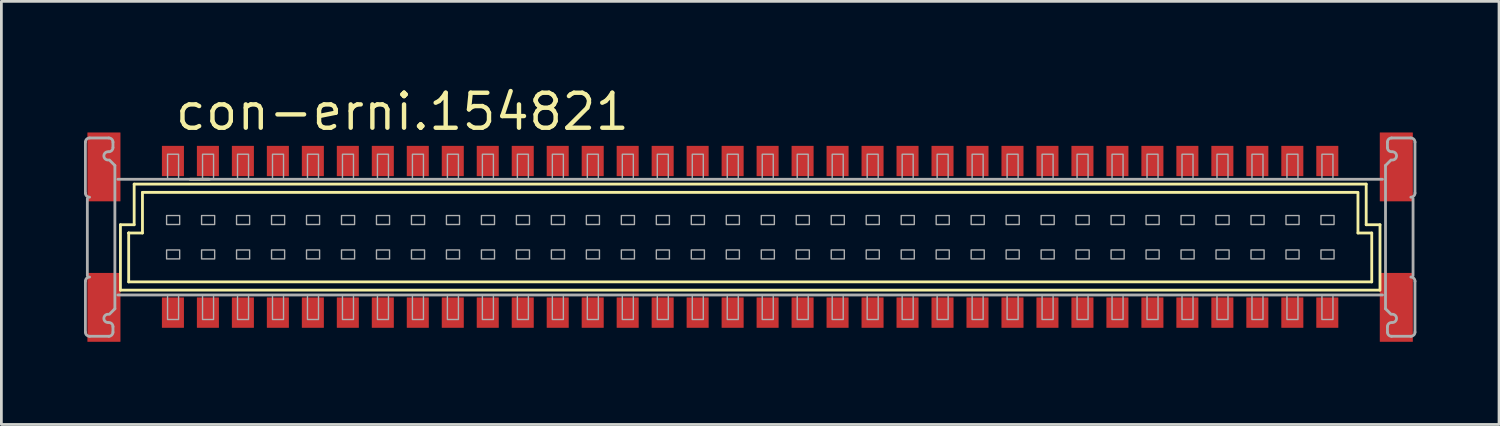
<source format=kicad_pcb>
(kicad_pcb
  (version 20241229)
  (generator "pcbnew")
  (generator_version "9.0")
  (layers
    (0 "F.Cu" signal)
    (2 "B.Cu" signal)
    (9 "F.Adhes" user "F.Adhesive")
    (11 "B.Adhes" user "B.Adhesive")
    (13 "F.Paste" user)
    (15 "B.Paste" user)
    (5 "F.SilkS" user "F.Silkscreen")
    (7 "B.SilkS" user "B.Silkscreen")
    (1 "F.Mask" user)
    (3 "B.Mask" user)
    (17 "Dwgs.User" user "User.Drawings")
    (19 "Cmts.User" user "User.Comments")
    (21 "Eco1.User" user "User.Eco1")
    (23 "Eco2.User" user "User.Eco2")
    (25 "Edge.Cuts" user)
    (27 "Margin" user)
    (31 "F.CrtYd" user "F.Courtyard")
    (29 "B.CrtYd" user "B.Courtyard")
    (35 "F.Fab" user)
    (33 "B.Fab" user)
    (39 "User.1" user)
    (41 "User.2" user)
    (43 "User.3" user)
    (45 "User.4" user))
  (footprint "con-erni.154821"
    (layer "F.Cu")
    (at 24.183 5.56)
    (property "Reference" "con-erni.154821" (at -20.955 -3.81 0) (layer "F.SilkS") (effects (font (size 1.27 1.27) (thickness 0.16)) (justify left bottom)))
    (attr smd)
    (fp_line (start -22.861 1.924) (end -22.861 -0.451) (stroke (width 0.102) (type default)) (layer "F.SilkS"))
    (fp_line (start -22.561 -0.151) (end -22.562 -0.151) (stroke (width 0.102) (type default)) (layer "F.SilkS"))
    (fp_line (start -22.561 1.624) (end -22.561 -0.151) (stroke (width 0.102) (type default)) (layer "F.SilkS"))
    (fp_line (start -22.561 1.624) (end 22.567 1.624) (stroke (width 0.102) (type default)) (layer "F.SilkS"))
    (fp_line (start -22.362 -1.926) (end -22.362 -0.451) (stroke (width 0.102) (type default)) (layer "F.SilkS"))
    (fp_line (start -22.362 -0.451) (end -22.861 -0.451) (stroke (width 0.102) (type default)) (layer "F.SilkS"))
    (fp_line (start -22.062 -0.151) (end -22.561 -0.151) (stroke (width 0.102) (type default)) (layer "F.SilkS"))
    (fp_line (start -22.061 -0.151) (end -22.061 -1.626) (stroke (width 0.102) (type default)) (layer "F.SilkS"))
    (fp_line (start -20.332 -2.101) (end -19.632 -2.101) (stroke (width 0.102) (type default)) (layer "F.SilkS"))
    (fp_line (start 22.058 -1.626) (end -22.061 -1.626) (stroke (width 0.102) (type default)) (layer "F.SilkS"))
    (fp_line (start 22.068 -0.151) (end 22.068 -1.626) (stroke (width 0.102) (type default)) (layer "F.SilkS"))
    (fp_line (start 22.367 -0.451) (end 22.367 -1.926) (stroke (width 0.102) (type default)) (layer "F.SilkS"))
    (fp_line (start 22.367 -0.451) (end 22.867 -0.451) (stroke (width 0.102) (type default)) (layer "F.SilkS"))
    (fp_line (start 22.368 -1.926) (end -22.362 -1.926) (stroke (width 0.102) (type default)) (layer "F.SilkS"))
    (fp_line (start 22.568 -0.151) (end 22.068 -0.151) (stroke (width 0.102) (type default)) (layer "F.SilkS"))
    (fp_line (start 22.568 1.624) (end 22.568 -0.151) (stroke (width 0.102) (type default)) (layer "F.SilkS"))
    (fp_line (start 22.848 1.924) (end -22.861 1.924) (stroke (width 0.102) (type default)) (layer "F.SilkS"))
    (fp_line (start 22.868 1.924) (end 22.868 -0.451) (stroke (width 0.102) (type default)) (layer "F.SilkS"))
    (fp_circle (center -23.162 -0.008) (end -22.361 -0.008) (stroke (width 0.001) (type default)) (fill no) (layer "F.SilkS"))
    (fp_circle (center 23.168 -0.008) (end 23.968 -0.008) (stroke (width 0.001) (type default)) (fill no) (layer "F.SilkS"))
    (fp_line (start -24.132 -1.601) (end -24.132 -3.451) (stroke (width 0.102) (type default)) (layer "F.Fab"))
    (fp_line (start -24.132 3.449) (end -24.132 1.599) (stroke (width 0.102) (type default)) (layer "F.Fab"))
    (fp_line (start -24.062 -1.401) (end -24.062 1.399) (stroke (width 0.102) (type default)) (layer "F.Fab"))
    (fp_line (start -23.982 -3.601) (end -23.282 -3.601) (stroke (width 0.102) (type default)) (layer "F.Fab"))
    (fp_line (start -23.282 3.599) (end -23.982 3.599) (stroke (width 0.102) (type default)) (layer "F.Fab"))
    (fp_line (start -23.262 -2.801) (end -23.062 -2.601) (stroke (width 0.102) (type default)) (layer "F.Fab"))
    (fp_line (start -23.132 -3.451) (end -23.132 -3.251) (stroke (width 0.102) (type default)) (layer "F.Fab"))
    (fp_line (start -23.132 3.249) (end -23.132 3.449) (stroke (width 0.102) (type default)) (layer "F.Fab"))
    (fp_line (start -23.062 -2.601) (end -23.062 2.599) (stroke (width 0.102) (type default)) (layer "F.Fab"))
    (fp_line (start -23.062 2.599) (end -23.262 2.799) (stroke (width 0.102) (type default)) (layer "F.Fab"))
    (fp_line (start 22.958 -2.101) (end -22.952 -2.101) (stroke (width 0.102) (type default)) (layer "F.Fab"))
    (fp_line (start 22.958 2.099) (end -22.952 2.099) (stroke (width 0.102) (type default)) (layer "F.Fab"))
    (fp_line (start 23.068 -2.601) (end 23.068 2.599) (stroke (width 0.102) (type default)) (layer "F.Fab"))
    (fp_line (start 23.068 2.599) (end 23.268 2.799) (stroke (width 0.102) (type default)) (layer "F.Fab"))
    (fp_line (start 23.138 -3.451) (end 23.138 -3.251) (stroke (width 0.102) (type default)) (layer "F.Fab"))
    (fp_line (start 23.138 3.249) (end 23.138 3.449) (stroke (width 0.102) (type default)) (layer "F.Fab"))
    (fp_line (start 23.268 -2.801) (end 23.068 -2.601) (stroke (width 0.102) (type default)) (layer "F.Fab"))
    (fp_line (start 23.288 3.599) (end 23.988 3.599) (stroke (width 0.102) (type default)) (layer "F.Fab"))
    (fp_line (start 23.988 -3.601) (end 23.288 -3.601) (stroke (width 0.102) (type default)) (layer "F.Fab"))
    (fp_line (start 24.068 -1.401) (end 24.068 1.399) (stroke (width 0.102) (type default)) (layer "F.Fab"))
    (fp_line (start 24.138 -1.601) (end 24.138 -3.451) (stroke (width 0.102) (type default)) (layer "F.Fab"))
    (fp_line (start 24.138 3.449) (end 24.138 1.599) (stroke (width 0.102) (type default)) (layer "F.Fab"))
    (fp_rect (start -21.185 -0.46) (end -20.71 -0.785) (stroke (width 0.05) (type default)) (fill no) (layer "F.Fab"))
    (fp_rect (start -21.185 0.79) (end -20.71 0.465) (stroke (width 0.05) (type default)) (fill no) (layer "F.Fab"))
    (fp_rect (start -21.15 -2.125) (end -20.75 -3.01) (stroke (width 0.05) (type default)) (fill no) (layer "F.Fab"))
    (fp_rect (start -21.15 2.99) (end -20.75 2.1) (stroke (width 0.05) (type default)) (fill no) (layer "F.Fab"))
    (fp_rect (start -19.915 -0.46) (end -19.44 -0.785) (stroke (width 0.05) (type default)) (fill no) (layer "F.Fab"))
    (fp_rect (start -19.915 0.79) (end -19.44 0.465) (stroke (width 0.05) (type default)) (fill no) (layer "F.Fab"))
    (fp_rect (start -19.88 -2.125) (end -19.48 -3.01) (stroke (width 0.05) (type default)) (fill no) (layer "F.Fab"))
    (fp_rect (start -19.88 2.99) (end -19.48 2.1) (stroke (width 0.05) (type default)) (fill no) (layer "F.Fab"))
    (fp_rect (start -18.645 -0.46) (end -18.17 -0.785) (stroke (width 0.05) (type default)) (fill no) (layer "F.Fab"))
    (fp_rect (start -18.645 0.79) (end -18.17 0.465) (stroke (width 0.05) (type default)) (fill no) (layer "F.Fab"))
    (fp_rect (start -18.61 -2.125) (end -18.21 -3.01) (stroke (width 0.05) (type default)) (fill no) (layer "F.Fab"))
    (fp_rect (start -18.61 2.99) (end -18.21 2.1) (stroke (width 0.05) (type default)) (fill no) (layer "F.Fab"))
    (fp_rect (start -17.375 -0.46) (end -16.9 -0.785) (stroke (width 0.05) (type default)) (fill no) (layer "F.Fab"))
    (fp_rect (start -17.375 0.79) (end -16.9 0.465) (stroke (width 0.05) (type default)) (fill no) (layer "F.Fab"))
    (fp_rect (start -17.34 -2.125) (end -16.94 -3.01) (stroke (width 0.05) (type default)) (fill no) (layer "F.Fab"))
    (fp_rect (start -17.34 2.99) (end -16.94 2.1) (stroke (width 0.05) (type default)) (fill no) (layer "F.Fab"))
    (fp_rect (start -16.105 -0.46) (end -15.63 -0.785) (stroke (width 0.05) (type default)) (fill no) (layer "F.Fab"))
    (fp_rect (start -16.105 0.79) (end -15.63 0.465) (stroke (width 0.05) (type default)) (fill no) (layer "F.Fab"))
    (fp_rect (start -16.07 -2.125) (end -15.67 -3.01) (stroke (width 0.05) (type default)) (fill no) (layer "F.Fab"))
    (fp_rect (start -16.07 2.99) (end -15.67 2.1) (stroke (width 0.05) (type default)) (fill no) (layer "F.Fab"))
    (fp_rect (start -14.835 -0.46) (end -14.36 -0.785) (stroke (width 0.05) (type default)) (fill no) (layer "F.Fab"))
    (fp_rect (start -14.835 0.79) (end -14.36 0.465) (stroke (width 0.05) (type default)) (fill no) (layer "F.Fab"))
    (fp_rect (start -14.8 -2.125) (end -14.4 -3.01) (stroke (width 0.05) (type default)) (fill no) (layer "F.Fab"))
    (fp_rect (start -14.8 2.99) (end -14.4 2.1) (stroke (width 0.05) (type default)) (fill no) (layer "F.Fab"))
    (fp_rect (start -13.565 -0.46) (end -13.09 -0.785) (stroke (width 0.05) (type default)) (fill no) (layer "F.Fab"))
    (fp_rect (start -13.565 0.79) (end -13.09 0.465) (stroke (width 0.05) (type default)) (fill no) (layer "F.Fab"))
    (fp_rect (start -13.53 -2.125) (end -13.13 -3.01) (stroke (width 0.05) (type default)) (fill no) (layer "F.Fab"))
    (fp_rect (start -13.53 2.99) (end -13.13 2.1) (stroke (width 0.05) (type default)) (fill no) (layer "F.Fab"))
    (fp_rect (start -12.295 -0.46) (end -11.82 -0.785) (stroke (width 0.05) (type default)) (fill no) (layer "F.Fab"))
    (fp_rect (start -12.295 0.79) (end -11.82 0.465) (stroke (width 0.05) (type default)) (fill no) (layer "F.Fab"))
    (fp_rect (start -12.26 -2.125) (end -11.86 -3.01) (stroke (width 0.05) (type default)) (fill no) (layer "F.Fab"))
    (fp_rect (start -12.26 2.99) (end -11.86 2.1) (stroke (width 0.05) (type default)) (fill no) (layer "F.Fab"))
    (fp_rect (start -11.025 -0.46) (end -10.55 -0.785) (stroke (width 0.05) (type default)) (fill no) (layer "F.Fab"))
    (fp_rect (start -11.025 0.79) (end -10.55 0.465) (stroke (width 0.05) (type default)) (fill no) (layer "F.Fab"))
    (fp_rect (start -10.99 -2.125) (end -10.59 -3.01) (stroke (width 0.05) (type default)) (fill no) (layer "F.Fab"))
    (fp_rect (start -10.99 2.99) (end -10.59 2.1) (stroke (width 0.05) (type default)) (fill no) (layer "F.Fab"))
    (fp_rect (start -9.755 -0.46) (end -9.28 -0.785) (stroke (width 0.05) (type default)) (fill no) (layer "F.Fab"))
    (fp_rect (start -9.755 0.79) (end -9.28 0.465) (stroke (width 0.05) (type default)) (fill no) (layer "F.Fab"))
    (fp_rect (start -9.72 -2.125) (end -9.32 -3.01) (stroke (width 0.05) (type default)) (fill no) (layer "F.Fab"))
    (fp_rect (start -9.72 2.99) (end -9.32 2.1) (stroke (width 0.05) (type default)) (fill no) (layer "F.Fab"))
    (fp_rect (start -8.485 -0.46) (end -8.01 -0.785) (stroke (width 0.05) (type default)) (fill no) (layer "F.Fab"))
    (fp_rect (start -8.485 0.79) (end -8.01 0.465) (stroke (width 0.05) (type default)) (fill no) (layer "F.Fab"))
    (fp_rect (start -8.45 -2.125) (end -8.05 -3.01) (stroke (width 0.05) (type default)) (fill no) (layer "F.Fab"))
    (fp_rect (start -8.45 2.99) (end -8.05 2.1) (stroke (width 0.05) (type default)) (fill no) (layer "F.Fab"))
    (fp_rect (start -7.215 -0.46) (end -6.74 -0.785) (stroke (width 0.05) (type default)) (fill no) (layer "F.Fab"))
    (fp_rect (start -7.215 0.79) (end -6.74 0.465) (stroke (width 0.05) (type default)) (fill no) (layer "F.Fab"))
    (fp_rect (start -7.18 -2.125) (end -6.78 -3.01) (stroke (width 0.05) (type default)) (fill no) (layer "F.Fab"))
    (fp_rect (start -7.18 2.99) (end -6.78 2.1) (stroke (width 0.05) (type default)) (fill no) (layer "F.Fab"))
    (fp_rect (start -5.945 -0.46) (end -5.47 -0.785) (stroke (width 0.05) (type default)) (fill no) (layer "F.Fab"))
    (fp_rect (start -5.945 0.79) (end -5.47 0.465) (stroke (width 0.05) (type default)) (fill no) (layer "F.Fab"))
    (fp_rect (start -5.91 -2.125) (end -5.51 -3.01) (stroke (width 0.05) (type default)) (fill no) (layer "F.Fab"))
    (fp_rect (start -5.91 2.99) (end -5.51 2.1) (stroke (width 0.05) (type default)) (fill no) (layer "F.Fab"))
    (fp_rect (start -4.675 -0.46) (end -4.2 -0.785) (stroke (width 0.05) (type default)) (fill no) (layer "F.Fab"))
    (fp_rect (start -4.675 0.79) (end -4.2 0.465) (stroke (width 0.05) (type default)) (fill no) (layer "F.Fab"))
    (fp_rect (start -4.64 -2.125) (end -4.24 -3.01) (stroke (width 0.05) (type default)) (fill no) (layer "F.Fab"))
    (fp_rect (start -4.64 2.99) (end -4.24 2.1) (stroke (width 0.05) (type default)) (fill no) (layer "F.Fab"))
    (fp_rect (start -3.405 -0.46) (end -2.93 -0.785) (stroke (width 0.05) (type default)) (fill no) (layer "F.Fab"))
    (fp_rect (start -3.405 0.79) (end -2.93 0.465) (stroke (width 0.05) (type default)) (fill no) (layer "F.Fab"))
    (fp_rect (start -3.37 -2.125) (end -2.97 -3.01) (stroke (width 0.05) (type default)) (fill no) (layer "F.Fab"))
    (fp_rect (start -3.37 2.99) (end -2.97 2.1) (stroke (width 0.05) (type default)) (fill no) (layer "F.Fab"))
    (fp_rect (start -2.135 -0.46) (end -1.66 -0.785) (stroke (width 0.05) (type default)) (fill no) (layer "F.Fab"))
    (fp_rect (start -2.135 0.79) (end -1.66 0.465) (stroke (width 0.05) (type default)) (fill no) (layer "F.Fab"))
    (fp_rect (start -2.1 -2.125) (end -1.7 -3.01) (stroke (width 0.05) (type default)) (fill no) (layer "F.Fab"))
    (fp_rect (start -2.1 2.99) (end -1.7 2.1) (stroke (width 0.05) (type default)) (fill no) (layer "F.Fab"))
    (fp_rect (start -0.865 -0.46) (end -0.39 -0.785) (stroke (width 0.05) (type default)) (fill no) (layer "F.Fab"))
    (fp_rect (start -0.865 0.79) (end -0.39 0.465) (stroke (width 0.05) (type default)) (fill no) (layer "F.Fab"))
    (fp_rect (start -0.83 -2.125) (end -0.43 -3.01) (stroke (width 0.05) (type default)) (fill no) (layer "F.Fab"))
    (fp_rect (start -0.83 2.99) (end -0.43 2.1) (stroke (width 0.05) (type default)) (fill no) (layer "F.Fab"))
    (fp_rect (start 0.405 -0.46) (end 0.88 -0.785) (stroke (width 0.05) (type default)) (fill no) (layer "F.Fab"))
    (fp_rect (start 0.405 0.79) (end 0.88 0.465) (stroke (width 0.05) (type default)) (fill no) (layer "F.Fab"))
    (fp_rect (start 0.44 -2.125) (end 0.84 -3.01) (stroke (width 0.05) (type default)) (fill no) (layer "F.Fab"))
    (fp_rect (start 0.44 2.99) (end 0.84 2.1) (stroke (width 0.05) (type default)) (fill no) (layer "F.Fab"))
    (fp_rect (start 1.675 -0.46) (end 2.15 -0.785) (stroke (width 0.05) (type default)) (fill no) (layer "F.Fab"))
    (fp_rect (start 1.675 0.79) (end 2.15 0.465) (stroke (width 0.05) (type default)) (fill no) (layer "F.Fab"))
    (fp_rect (start 1.71 -2.125) (end 2.11 -3.01) (stroke (width 0.05) (type default)) (fill no) (layer "F.Fab"))
    (fp_rect (start 1.71 2.99) (end 2.11 2.1) (stroke (width 0.05) (type default)) (fill no) (layer "F.Fab"))
    (fp_rect (start 2.945 -0.46) (end 3.42 -0.785) (stroke (width 0.05) (type default)) (fill no) (layer "F.Fab"))
    (fp_rect (start 2.945 0.79) (end 3.42 0.465) (stroke (width 0.05) (type default)) (fill no) (layer "F.Fab"))
    (fp_rect (start 2.98 -2.125) (end 3.38 -3.01) (stroke (width 0.05) (type default)) (fill no) (layer "F.Fab"))
    (fp_rect (start 2.98 2.99) (end 3.38 2.1) (stroke (width 0.05) (type default)) (fill no) (layer "F.Fab"))
    (fp_rect (start 4.215 -0.46) (end 4.69 -0.785) (stroke (width 0.05) (type default)) (fill no) (layer "F.Fab"))
    (fp_rect (start 4.215 0.79) (end 4.69 0.465) (stroke (width 0.05) (type default)) (fill no) (layer "F.Fab"))
    (fp_rect (start 4.25 -2.125) (end 4.65 -3.01) (stroke (width 0.05) (type default)) (fill no) (layer "F.Fab"))
    (fp_rect (start 4.25 2.99) (end 4.65 2.1) (stroke (width 0.05) (type default)) (fill no) (layer "F.Fab"))
    (fp_rect (start 5.485 -0.46) (end 5.96 -0.785) (stroke (width 0.05) (type default)) (fill no) (layer "F.Fab"))
    (fp_rect (start 5.485 0.79) (end 5.96 0.465) (stroke (width 0.05) (type default)) (fill no) (layer "F.Fab"))
    (fp_rect (start 5.52 -2.125) (end 5.92 -3.01) (stroke (width 0.05) (type default)) (fill no) (layer "F.Fab"))
    (fp_rect (start 5.52 2.99) (end 5.92 2.1) (stroke (width 0.05) (type default)) (fill no) (layer "F.Fab"))
    (fp_rect (start 6.755 -0.46) (end 7.23 -0.785) (stroke (width 0.05) (type default)) (fill no) (layer "F.Fab"))
    (fp_rect (start 6.755 0.79) (end 7.23 0.465) (stroke (width 0.05) (type default)) (fill no) (layer "F.Fab"))
    (fp_rect (start 6.79 -2.125) (end 7.19 -3.01) (stroke (width 0.05) (type default)) (fill no) (layer "F.Fab"))
    (fp_rect (start 6.79 2.99) (end 7.19 2.1) (stroke (width 0.05) (type default)) (fill no) (layer "F.Fab"))
    (fp_rect (start 8.025 -0.46) (end 8.5 -0.785) (stroke (width 0.05) (type default)) (fill no) (layer "F.Fab"))
    (fp_rect (start 8.025 0.79) (end 8.5 0.465) (stroke (width 0.05) (type default)) (fill no) (layer "F.Fab"))
    (fp_rect (start 8.06 -2.125) (end 8.46 -3.01) (stroke (width 0.05) (type default)) (fill no) (layer "F.Fab"))
    (fp_rect (start 8.06 2.99) (end 8.46 2.1) (stroke (width 0.05) (type default)) (fill no) (layer "F.Fab"))
    (fp_rect (start 9.295 -0.46) (end 9.77 -0.785) (stroke (width 0.05) (type default)) (fill no) (layer "F.Fab"))
    (fp_rect (start 9.295 0.79) (end 9.77 0.465) (stroke (width 0.05) (type default)) (fill no) (layer "F.Fab"))
    (fp_rect (start 9.33 -2.125) (end 9.73 -3.01) (stroke (width 0.05) (type default)) (fill no) (layer "F.Fab"))
    (fp_rect (start 9.33 2.99) (end 9.73 2.1) (stroke (width 0.05) (type default)) (fill no) (layer "F.Fab"))
    (fp_rect (start 10.565 -0.46) (end 11.04 -0.785) (stroke (width 0.05) (type default)) (fill no) (layer "F.Fab"))
    (fp_rect (start 10.565 0.79) (end 11.04 0.465) (stroke (width 0.05) (type default)) (fill no) (layer "F.Fab"))
    (fp_rect (start 10.6 -2.125) (end 11 -3.01) (stroke (width 0.05) (type default)) (fill no) (layer "F.Fab"))
    (fp_rect (start 10.6 2.99) (end 11 2.1) (stroke (width 0.05) (type default)) (fill no) (layer "F.Fab"))
    (fp_rect (start 11.835 -0.46) (end 12.31 -0.785) (stroke (width 0.05) (type default)) (fill no) (layer "F.Fab"))
    (fp_rect (start 11.835 0.79) (end 12.31 0.465) (stroke (width 0.05) (type default)) (fill no) (layer "F.Fab"))
    (fp_rect (start 11.87 -2.125) (end 12.27 -3.01) (stroke (width 0.05) (type default)) (fill no) (layer "F.Fab"))
    (fp_rect (start 11.87 2.99) (end 12.27 2.1) (stroke (width 0.05) (type default)) (fill no) (layer "F.Fab"))
    (fp_rect (start 13.105 -0.46) (end 13.58 -0.785) (stroke (width 0.05) (type default)) (fill no) (layer "F.Fab"))
    (fp_rect (start 13.105 0.79) (end 13.58 0.465) (stroke (width 0.05) (type default)) (fill no) (layer "F.Fab"))
    (fp_rect (start 13.14 -2.125) (end 13.54 -3.01) (stroke (width 0.05) (type default)) (fill no) (layer "F.Fab"))
    (fp_rect (start 13.14 2.99) (end 13.54 2.1) (stroke (width 0.05) (type default)) (fill no) (layer "F.Fab"))
    (fp_rect (start 14.375 -0.46) (end 14.85 -0.785) (stroke (width 0.05) (type default)) (fill no) (layer "F.Fab"))
    (fp_rect (start 14.375 0.79) (end 14.85 0.465) (stroke (width 0.05) (type default)) (fill no) (layer "F.Fab"))
    (fp_rect (start 14.41 -2.125) (end 14.81 -3.01) (stroke (width 0.05) (type default)) (fill no) (layer "F.Fab"))
    (fp_rect (start 14.41 2.99) (end 14.81 2.1) (stroke (width 0.05) (type default)) (fill no) (layer "F.Fab"))
    (fp_rect (start 15.645 -0.46) (end 16.12 -0.785) (stroke (width 0.05) (type default)) (fill no) (layer "F.Fab"))
    (fp_rect (start 15.645 0.79) (end 16.12 0.465) (stroke (width 0.05) (type default)) (fill no) (layer "F.Fab"))
    (fp_rect (start 15.68 -2.125) (end 16.08 -3.01) (stroke (width 0.05) (type default)) (fill no) (layer "F.Fab"))
    (fp_rect (start 15.68 2.99) (end 16.08 2.1) (stroke (width 0.05) (type default)) (fill no) (layer "F.Fab"))
    (fp_rect (start 16.915 -0.46) (end 17.39 -0.785) (stroke (width 0.05) (type default)) (fill no) (layer "F.Fab"))
    (fp_rect (start 16.915 0.79) (end 17.39 0.465) (stroke (width 0.05) (type default)) (fill no) (layer "F.Fab"))
    (fp_rect (start 16.95 -2.125) (end 17.35 -3.01) (stroke (width 0.05) (type default)) (fill no) (layer "F.Fab"))
    (fp_rect (start 16.95 2.99) (end 17.35 2.1) (stroke (width 0.05) (type default)) (fill no) (layer "F.Fab"))
    (fp_rect (start 18.185 -0.46) (end 18.66 -0.785) (stroke (width 0.05) (type default)) (fill no) (layer "F.Fab"))
    (fp_rect (start 18.185 0.79) (end 18.66 0.465) (stroke (width 0.05) (type default)) (fill no) (layer "F.Fab"))
    (fp_rect (start 18.22 -2.125) (end 18.62 -3.01) (stroke (width 0.05) (type default)) (fill no) (layer "F.Fab"))
    (fp_rect (start 18.22 2.99) (end 18.62 2.1) (stroke (width 0.05) (type default)) (fill no) (layer "F.Fab"))
    (fp_rect (start 19.455 -0.46) (end 19.93 -0.785) (stroke (width 0.05) (type default)) (fill no) (layer "F.Fab"))
    (fp_rect (start 19.455 0.79) (end 19.93 0.465) (stroke (width 0.05) (type default)) (fill no) (layer "F.Fab"))
    (fp_rect (start 19.49 -2.125) (end 19.89 -3.01) (stroke (width 0.05) (type default)) (fill no) (layer "F.Fab"))
    (fp_rect (start 19.49 2.99) (end 19.89 2.1) (stroke (width 0.05) (type default)) (fill no) (layer "F.Fab"))
    (fp_rect (start 20.725 -0.46) (end 21.2 -0.785) (stroke (width 0.05) (type default)) (fill no) (layer "F.Fab"))
    (fp_rect (start 20.725 0.79) (end 21.2 0.465) (stroke (width 0.05) (type default)) (fill no) (layer "F.Fab"))
    (fp_rect (start 20.76 -2.125) (end 21.16 -3.01) (stroke (width 0.05) (type default)) (fill no) (layer "F.Fab"))
    (fp_rect (start 20.76 2.99) (end 21.16 2.1) (stroke (width 0.05) (type default)) (fill no) (layer "F.Fab"))
    (fp_arc (start -24.1319 -3.4508) (mid -24.087966 -3.556866) (end -23.9819 -3.6008) (stroke (width 0.1016) (type default)) (layer "F.Fab"))
    (fp_arc (start -24.1319 1.5992) (mid -24.087966 1.493134) (end -23.9819 1.4492) (stroke (width 0.1016) (type default)) (layer "F.Fab"))
    (fp_arc (start -23.9819 -1.4508) (mid -24.087966 -1.494734) (end -24.1319 -1.6008) (stroke (width 0.1016) (type default)) (layer "F.Fab"))
    (fp_arc (start -23.9819 3.5992) (mid -24.087966 3.555266) (end -24.1319 3.4492) (stroke (width 0.1016) (type default)) (layer "F.Fab"))
    (fp_arc (start -23.3119 -2.8008) (mid -23.4619 -2.9508) (end -23.3119 -3.1008) (stroke (width 0.1016) (type default)) (layer "F.Fab"))
    (fp_arc (start -23.3119 3.0992) (mid -23.4619 2.9492) (end -23.3119 2.7992) (stroke (width 0.1016) (type default)) (layer "F.Fab"))
    (fp_arc (start -23.2819 -3.6008) (mid -23.175834 -3.556866) (end -23.1319 -3.4508) (stroke (width 0.1016) (type default)) (layer "F.Fab"))
    (fp_arc (start -23.2819 3.0992) (mid -23.175834 3.143134) (end -23.1319 3.2492) (stroke (width 0.1016) (type default)) (layer "F.Fab"))
    (fp_arc (start -23.1319 -3.2508) (mid -23.175834 -3.144734) (end -23.2819 -3.1008) (stroke (width 0.1016) (type default)) (layer "F.Fab"))
    (fp_arc (start -23.1319 3.4492) (mid -23.175834 3.555266) (end -23.2819 3.5992) (stroke (width 0.1016) (type default)) (layer "F.Fab"))
    (fp_arc (start 23.1381 -3.4508) (mid 23.182034 -3.556866) (end 23.2881 -3.6008) (stroke (width 0.1016) (type default)) (layer "F.Fab"))
    (fp_arc (start 23.1381 3.2492) (mid 23.182034 3.143134) (end 23.2881 3.0992) (stroke (width 0.1016) (type default)) (layer "F.Fab"))
    (fp_arc (start 23.2881 -3.1008) (mid 23.182034 -3.144734) (end 23.1381 -3.2508) (stroke (width 0.1016) (type default)) (layer "F.Fab"))
    (fp_arc (start 23.2881 3.5992) (mid 23.182034 3.555266) (end 23.1381 3.4492) (stroke (width 0.1016) (type default)) (layer "F.Fab"))
    (fp_arc (start 23.3181 -3.1008) (mid 23.4681 -2.9508) (end 23.3181 -2.8008) (stroke (width 0.1016) (type default)) (layer "F.Fab"))
    (fp_arc (start 23.3181 2.7992) (mid 23.4681 2.9492) (end 23.3181 3.0992) (stroke (width 0.1016) (type default)) (layer "F.Fab"))
    (fp_arc (start 23.9881 -3.6008) (mid 24.094166 -3.556866) (end 24.1381 -3.4508) (stroke (width 0.1016) (type default)) (layer "F.Fab"))
    (fp_arc (start 23.9881 1.4492) (mid 24.094166 1.493134) (end 24.1381 1.5992) (stroke (width 0.1016) (type default)) (layer "F.Fab"))
    (fp_arc (start 24.1381 -1.6008) (mid 24.094166 -1.494734) (end 23.9881 -1.4508) (stroke (width 0.1016) (type default)) (layer "F.Fab"))
    (fp_arc (start 24.1381 3.4492) (mid 24.094166 3.555266) (end 23.9881 3.5992) (stroke (width 0.1016) (type default)) (layer "F.Fab"))
    (pad "A1" smd roundrect (at -20.955 -2.765 180) (size 0.8 1.1) (layers "F.Cu" "F.Mask" "F.Paste") (roundrect_rratio 0.01))
    (pad "A2" smd roundrect (at -19.685 -2.765 180) (size 0.8 1.1) (layers "F.Cu" "F.Mask" "F.Paste") (roundrect_rratio 0.01))
    (pad "A3" smd roundrect (at -18.415 -2.765 180) (size 0.8 1.1) (layers "F.Cu" "F.Mask" "F.Paste") (roundrect_rratio 0.01))
    (pad "A4" smd roundrect (at -17.145 -2.765 180) (size 0.8 1.1) (layers "F.Cu" "F.Mask" "F.Paste") (roundrect_rratio 0.01))
    (pad "A5" smd roundrect (at -15.875 -2.765 180) (size 0.8 1.1) (layers "F.Cu" "F.Mask" "F.Paste") (roundrect_rratio 0.01))
    (pad "A6" smd roundrect (at -14.605 -2.765 180) (size 0.8 1.1) (layers "F.Cu" "F.Mask" "F.Paste") (roundrect_rratio 0.01))
    (pad "A7" smd roundrect (at -13.335 -2.765 180) (size 0.8 1.1) (layers "F.Cu" "F.Mask" "F.Paste") (roundrect_rratio 0.01))
    (pad "A8" smd roundrect (at -12.065 -2.765 180) (size 0.8 1.1) (layers "F.Cu" "F.Mask" "F.Paste") (roundrect_rratio 0.01))
    (pad "A9" smd roundrect (at -10.795 -2.765 180) (size 0.8 1.1) (layers "F.Cu" "F.Mask" "F.Paste") (roundrect_rratio 0.01))
    (pad "A10" smd roundrect (at -9.525 -2.765 180) (size 0.8 1.1) (layers "F.Cu" "F.Mask" "F.Paste") (roundrect_rratio 0.01))
    (pad "A11" smd roundrect (at -8.255 -2.765 180) (size 0.8 1.1) (layers "F.Cu" "F.Mask" "F.Paste") (roundrect_rratio 0.01))
    (pad "A12" smd roundrect (at -6.985 -2.765 180) (size 0.8 1.1) (layers "F.Cu" "F.Mask" "F.Paste") (roundrect_rratio 0.01))
    (pad "A13" smd roundrect (at -5.715 -2.765 180) (size 0.8 1.1) (layers "F.Cu" "F.Mask" "F.Paste") (roundrect_rratio 0.01))
    (pad "A14" smd roundrect (at -4.445 -2.765 180) (size 0.8 1.1) (layers "F.Cu" "F.Mask" "F.Paste") (roundrect_rratio 0.01))
    (pad "A15" smd roundrect (at -3.175 -2.765 180) (size 0.8 1.1) (layers "F.Cu" "F.Mask" "F.Paste") (roundrect_rratio 0.01))
    (pad "A16" smd roundrect (at -1.905 -2.765 180) (size 0.8 1.1) (layers "F.Cu" "F.Mask" "F.Paste") (roundrect_rratio 0.01))
    (pad "A17" smd roundrect (at -0.635 -2.765 180) (size 0.8 1.1) (layers "F.Cu" "F.Mask" "F.Paste") (roundrect_rratio 0.01))
    (pad "A18" smd roundrect (at 0.635 -2.765 180) (size 0.8 1.1) (layers "F.Cu" "F.Mask" "F.Paste") (roundrect_rratio 0.01))
    (pad "A19" smd roundrect (at 1.905 -2.765 180) (size 0.8 1.1) (layers "F.Cu" "F.Mask" "F.Paste") (roundrect_rratio 0.01))
    (pad "A20" smd roundrect (at 3.175 -2.765 180) (size 0.8 1.1) (layers "F.Cu" "F.Mask" "F.Paste") (roundrect_rratio 0.01))
    (pad "A21" smd roundrect (at 4.445 -2.765 180) (size 0.8 1.1) (layers "F.Cu" "F.Mask" "F.Paste") (roundrect_rratio 0.01))
    (pad "A22" smd roundrect (at 5.715 -2.765 180) (size 0.8 1.1) (layers "F.Cu" "F.Mask" "F.Paste") (roundrect_rratio 0.01))
    (pad "A23" smd roundrect (at 6.985 -2.765 180) (size 0.8 1.1) (layers "F.Cu" "F.Mask" "F.Paste") (roundrect_rratio 0.01))
    (pad "A24" smd roundrect (at 8.255 -2.765 180) (size 0.8 1.1) (layers "F.Cu" "F.Mask" "F.Paste") (roundrect_rratio 0.01))
    (pad "A25" smd roundrect (at 9.525 -2.765 180) (size 0.8 1.1) (layers "F.Cu" "F.Mask" "F.Paste") (roundrect_rratio 0.01))
    (pad "A26" smd roundrect (at 10.795 -2.765 180) (size 0.8 1.1) (layers "F.Cu" "F.Mask" "F.Paste") (roundrect_rratio 0.01))
    (pad "A27" smd roundrect (at 12.065 -2.765 180) (size 0.8 1.1) (layers "F.Cu" "F.Mask" "F.Paste") (roundrect_rratio 0.01))
    (pad "A28" smd roundrect (at 13.335 -2.765 180) (size 0.8 1.1) (layers "F.Cu" "F.Mask" "F.Paste") (roundrect_rratio 0.01))
    (pad "A29" smd roundrect (at 14.605 -2.765 180) (size 0.8 1.1) (layers "F.Cu" "F.Mask" "F.Paste") (roundrect_rratio 0.01))
    (pad "A30" smd roundrect (at 15.875 -2.765 180) (size 0.8 1.1) (layers "F.Cu" "F.Mask" "F.Paste") (roundrect_rratio 0.01))
    (pad "A31" smd roundrect (at 17.145 -2.765 180) (size 0.8 1.1) (layers "F.Cu" "F.Mask" "F.Paste") (roundrect_rratio 0.01))
    (pad "A32" smd roundrect (at 18.415 -2.765 180) (size 0.8 1.1) (layers "F.Cu" "F.Mask" "F.Paste") (roundrect_rratio 0.01))
    (pad "A33" smd roundrect (at 19.685 -2.765 180) (size 0.8 1.1) (layers "F.Cu" "F.Mask" "F.Paste") (roundrect_rratio 0.01))
    (pad "A34" smd roundrect (at 20.955 -2.765 180) (size 0.8 1.1) (layers "F.Cu" "F.Mask" "F.Paste") (roundrect_rratio 0.01))
    (pad "B1" smd roundrect (at -20.955 2.74 180) (size 0.8 1.1) (layers "F.Cu" "F.Mask" "F.Paste") (roundrect_rratio 0.01))
    (pad "B2" smd roundrect (at -19.685 2.74 180) (size 0.8 1.1) (layers "F.Cu" "F.Mask" "F.Paste") (roundrect_rratio 0.01))
    (pad "B3" smd roundrect (at -18.415 2.74 180) (size 0.8 1.1) (layers "F.Cu" "F.Mask" "F.Paste") (roundrect_rratio 0.01))
    (pad "B4" smd roundrect (at -17.145 2.74 180) (size 0.8 1.1) (layers "F.Cu" "F.Mask" "F.Paste") (roundrect_rratio 0.01))
    (pad "B5" smd roundrect (at -15.875 2.74 180) (size 0.8 1.1) (layers "F.Cu" "F.Mask" "F.Paste") (roundrect_rratio 0.01))
    (pad "B6" smd roundrect (at -14.605 2.74 180) (size 0.8 1.1) (layers "F.Cu" "F.Mask" "F.Paste") (roundrect_rratio 0.01))
    (pad "B7" smd roundrect (at -13.335 2.74 180) (size 0.8 1.1) (layers "F.Cu" "F.Mask" "F.Paste") (roundrect_rratio 0.01))
    (pad "B8" smd roundrect (at -12.065 2.74 180) (size 0.8 1.1) (layers "F.Cu" "F.Mask" "F.Paste") (roundrect_rratio 0.01))
    (pad "B9" smd roundrect (at -10.795 2.74 180) (size 0.8 1.1) (layers "F.Cu" "F.Mask" "F.Paste") (roundrect_rratio 0.01))
    (pad "B10" smd roundrect (at -9.525 2.74 180) (size 0.8 1.1) (layers "F.Cu" "F.Mask" "F.Paste") (roundrect_rratio 0.01))
    (pad "B11" smd roundrect (at -8.255 2.74 180) (size 0.8 1.1) (layers "F.Cu" "F.Mask" "F.Paste") (roundrect_rratio 0.01))
    (pad "B12" smd roundrect (at -6.985 2.74 180) (size 0.8 1.1) (layers "F.Cu" "F.Mask" "F.Paste") (roundrect_rratio 0.01))
    (pad "B13" smd roundrect (at -5.715 2.74 180) (size 0.8 1.1) (layers "F.Cu" "F.Mask" "F.Paste") (roundrect_rratio 0.01))
    (pad "B14" smd roundrect (at -4.445 2.74 180) (size 0.8 1.1) (layers "F.Cu" "F.Mask" "F.Paste") (roundrect_rratio 0.01))
    (pad "B15" smd roundrect (at -3.175 2.74 180) (size 0.8 1.1) (layers "F.Cu" "F.Mask" "F.Paste") (roundrect_rratio 0.01))
    (pad "B16" smd roundrect (at -1.905 2.74 180) (size 0.8 1.1) (layers "F.Cu" "F.Mask" "F.Paste") (roundrect_rratio 0.01))
    (pad "B17" smd roundrect (at -0.635 2.74 180) (size 0.8 1.1) (layers "F.Cu" "F.Mask" "F.Paste") (roundrect_rratio 0.01))
    (pad "B18" smd roundrect (at 0.635 2.74 180) (size 0.8 1.1) (layers "F.Cu" "F.Mask" "F.Paste") (roundrect_rratio 0.01))
    (pad "B19" smd roundrect (at 1.905 2.74 180) (size 0.8 1.1) (layers "F.Cu" "F.Mask" "F.Paste") (roundrect_rratio 0.01))
    (pad "B20" smd roundrect (at 3.175 2.74 180) (size 0.8 1.1) (layers "F.Cu" "F.Mask" "F.Paste") (roundrect_rratio 0.01))
    (pad "B21" smd roundrect (at 4.445 2.74 180) (size 0.8 1.1) (layers "F.Cu" "F.Mask" "F.Paste") (roundrect_rratio 0.01))
    (pad "B22" smd roundrect (at 5.715 2.74 180) (size 0.8 1.1) (layers "F.Cu" "F.Mask" "F.Paste") (roundrect_rratio 0.01))
    (pad "B23" smd roundrect (at 6.985 2.74 180) (size 0.8 1.1) (layers "F.Cu" "F.Mask" "F.Paste") (roundrect_rratio 0.01))
    (pad "B24" smd roundrect (at 8.255 2.74 180) (size 0.8 1.1) (layers "F.Cu" "F.Mask" "F.Paste") (roundrect_rratio 0.01))
    (pad "B25" smd roundrect (at 9.525 2.74 180) (size 0.8 1.1) (layers "F.Cu" "F.Mask" "F.Paste") (roundrect_rratio 0.01))
    (pad "B26" smd roundrect (at 10.795 2.74 180) (size 0.8 1.1) (layers "F.Cu" "F.Mask" "F.Paste") (roundrect_rratio 0.01))
    (pad "B27" smd roundrect (at 12.065 2.74 180) (size 0.8 1.1) (layers "F.Cu" "F.Mask" "F.Paste") (roundrect_rratio 0.01))
    (pad "B28" smd roundrect (at 13.335 2.74 180) (size 0.8 1.1) (layers "F.Cu" "F.Mask" "F.Paste") (roundrect_rratio 0.01))
    (pad "B29" smd roundrect (at 14.605 2.74 180) (size 0.8 1.1) (layers "F.Cu" "F.Mask" "F.Paste") (roundrect_rratio 0.01))
    (pad "B30" smd roundrect (at 15.875 2.74 180) (size 0.8 1.1) (layers "F.Cu" "F.Mask" "F.Paste") (roundrect_rratio 0.01))
    (pad "B31" smd roundrect (at 17.145 2.74 180) (size 0.8 1.1) (layers "F.Cu" "F.Mask" "F.Paste") (roundrect_rratio 0.01))
    (pad "B32" smd roundrect (at 18.415 2.74 180) (size 0.8 1.1) (layers "F.Cu" "F.Mask" "F.Paste") (roundrect_rratio 0.01))
    (pad "B33" smd roundrect (at 19.685 2.74 180) (size 0.8 1.1) (layers "F.Cu" "F.Mask" "F.Paste") (roundrect_rratio 0.01))
    (pad "B34" smd roundrect (at 20.955 2.74 180) (size 0.8 1.1) (layers "F.Cu" "F.Mask" "F.Paste") (roundrect_rratio 0.01))
    (pad "M1" smd roundrect (at -23.46 -2.55 180) (size 1.2 2.5) (layers "F.Cu" "F.Mask" "F.Paste") (roundrect_rratio 0.01))
    (pad "M2" smd roundrect (at -23.46 2.55 180) (size 1.2 2.5) (layers "F.Cu" "F.Mask" "F.Paste") (roundrect_rratio 0.01))
    (pad "M3" smd roundrect (at 23.46 2.55) (size 1.2 2.5) (layers "F.Cu" "F.Mask" "F.Paste") (roundrect_rratio 0.01))
    (pad "M4" smd roundrect (at 23.46 -2.55) (size 1.2 2.5) (layers "F.Cu" "F.Mask" "F.Paste") (roundrect_rratio 0.01)))
  (gr_rect
    (start -3 -3)
    (end 51.372 12.36)
    (stroke (width 0.1) (type default))
    (fill no)
    (layer "Edge.Cuts")))
</source>
